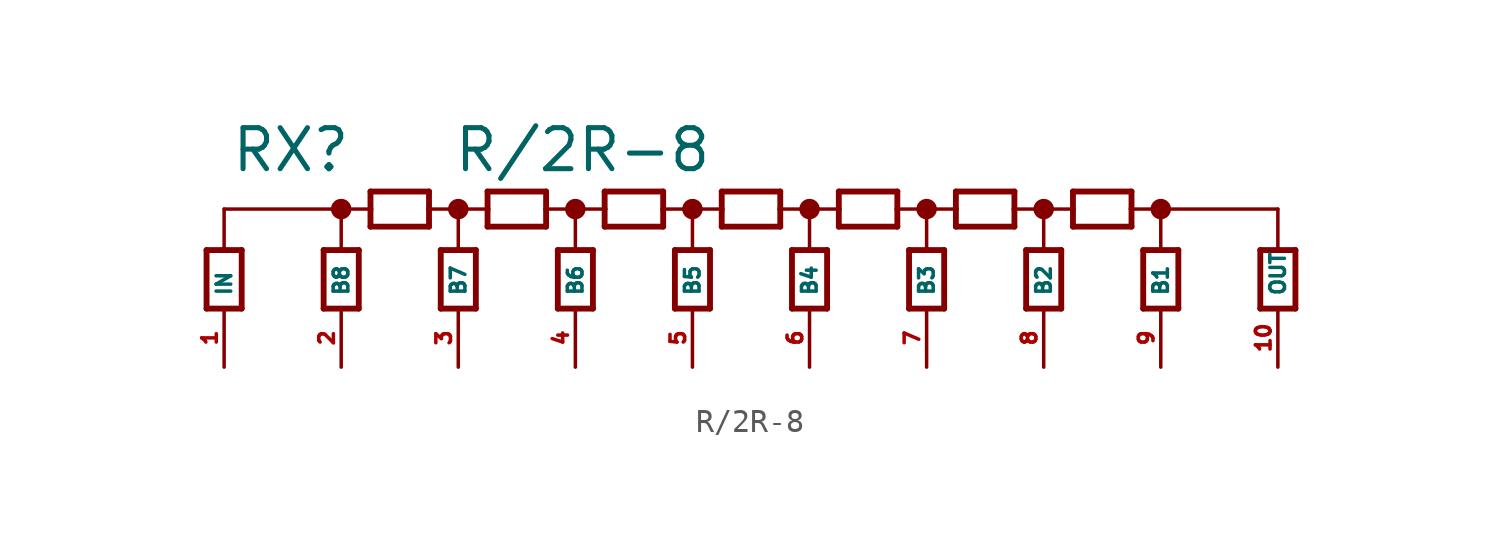
<source format=kicad_sym>
(kicad_symbol_lib
  (version 20220914)
  (generator Eagle2Kicad)
  (symbol "R/2R-8"
    (property "Reference" "RX"
      (at -22.606 3.302 0)
      (effects (font (size 1.778 1.778) (thickness 0.22)) (justify left bottom)))
    (property "Value" "R/2R-8"
      (at -12.954 3.302 0)
      (effects (font (size 1.778 1.778) (thickness 0.22)) (justify left bottom)))
    (polyline
      (pts (xy 17.018 -2.54) (xy 17.018 0))
      (stroke (width 0.254) (type default))
      (fill (type none)))
    (polyline
      (pts (xy 18.542 0) (xy 18.542 -2.54))
      (stroke (width 0.254) (type default))
      (fill (type none)))
    (polyline
      (pts (xy 17.018 0) (xy 17.78 0))
      (stroke (width 0.254) (type default))
      (fill (type none)))
    (polyline
      (pts (xy 17.78 0) (xy 18.542 0))
      (stroke (width 0.254) (type default))
      (fill (type none)))
    (polyline
      (pts (xy 18.542 -2.54) (xy 17.018 -2.54))
      (stroke (width 0.254) (type default))
      (fill (type none)))
    (polyline
      (pts (xy 13.97 2.54) (xy 16.51 2.54))
      (stroke (width 0.254) (type default))
      (fill (type none)))
    (polyline
      (pts (xy 16.51 1.016) (xy 13.97 1.016))
      (stroke (width 0.254) (type default))
      (fill (type none)))
    (polyline
      (pts (xy 16.51 2.54) (xy 16.51 1.778))
      (stroke (width 0.254) (type default))
      (fill (type none)))
    (polyline
      (pts (xy 16.51 1.778) (xy 16.51 1.016))
      (stroke (width 0.254) (type default))
      (fill (type none)))
    (polyline
      (pts (xy 13.97 1.016) (xy 13.97 1.778))
      (stroke (width 0.254) (type default))
      (fill (type none)))
    (polyline
      (pts (xy 13.97 1.778) (xy 13.97 2.54))
      (stroke (width 0.254) (type default))
      (fill (type none)))
    (polyline
      (pts (xy 16.51 1.778) (xy 17.78 1.778))
      (stroke (width 0.152) (type default))
      (fill (type none)))
    (polyline
      (pts (xy 17.78 1.778) (xy 22.86 1.778))
      (stroke (width 0.152) (type default))
      (fill (type none)))
    (polyline
      (pts (xy 22.098 -2.54) (xy 22.098 0))
      (stroke (width 0.254) (type default))
      (fill (type none)))
    (polyline
      (pts (xy 23.622 0) (xy 23.622 -2.54))
      (stroke (width 0.254) (type default))
      (fill (type none)))
    (polyline
      (pts (xy 22.098 0) (xy 22.86 0))
      (stroke (width 0.254) (type default))
      (fill (type none)))
    (polyline
      (pts (xy 22.86 0) (xy 23.622 0))
      (stroke (width 0.254) (type default))
      (fill (type none)))
    (polyline
      (pts (xy 23.622 -2.54) (xy 22.098 -2.54))
      (stroke (width 0.254) (type default))
      (fill (type none)))
    (polyline
      (pts (xy 22.86 0) (xy 22.86 1.778))
      (stroke (width 0.152) (type default))
      (fill (type none)))
    (polyline
      (pts (xy 17.78 0) (xy 17.78 1.778))
      (stroke (width 0.152) (type default))
      (fill (type none)))
    (polyline
      (pts (xy 12.7 1.778) (xy 13.97 1.778))
      (stroke (width 0.152) (type default))
      (fill (type none)))
    (polyline
      (pts (xy 11.938 -2.54) (xy 11.938 0))
      (stroke (width 0.254) (type default))
      (fill (type none)))
    (polyline
      (pts (xy 13.462 0) (xy 13.462 -2.54))
      (stroke (width 0.254) (type default))
      (fill (type none)))
    (polyline
      (pts (xy 11.938 0) (xy 12.7 0))
      (stroke (width 0.254) (type default))
      (fill (type none)))
    (polyline
      (pts (xy 12.7 0) (xy 13.462 0))
      (stroke (width 0.254) (type default))
      (fill (type none)))
    (polyline
      (pts (xy 13.462 -2.54) (xy 11.938 -2.54))
      (stroke (width 0.254) (type default))
      (fill (type none)))
    (polyline
      (pts (xy 8.89 2.54) (xy 11.43 2.54))
      (stroke (width 0.254) (type default))
      (fill (type none)))
    (polyline
      (pts (xy 11.43 1.016) (xy 8.89 1.016))
      (stroke (width 0.254) (type default))
      (fill (type none)))
    (polyline
      (pts (xy 11.43 2.54) (xy 11.43 1.778))
      (stroke (width 0.254) (type default))
      (fill (type none)))
    (polyline
      (pts (xy 11.43 1.778) (xy 11.43 1.016))
      (stroke (width 0.254) (type default))
      (fill (type none)))
    (polyline
      (pts (xy 8.89 1.016) (xy 8.89 1.778))
      (stroke (width 0.254) (type default))
      (fill (type none)))
    (polyline
      (pts (xy 8.89 1.778) (xy 8.89 2.54))
      (stroke (width 0.254) (type default))
      (fill (type none)))
    (polyline
      (pts (xy 11.43 1.778) (xy 12.7 1.778))
      (stroke (width 0.152) (type default))
      (fill (type none)))
    (polyline
      (pts (xy 12.7 0) (xy 12.7 1.778))
      (stroke (width 0.152) (type default))
      (fill (type none)))
    (polyline
      (pts (xy 7.62 1.778) (xy 8.89 1.778))
      (stroke (width 0.152) (type default))
      (fill (type none)))
    (polyline
      (pts (xy 6.858 -2.54) (xy 6.858 0))
      (stroke (width 0.254) (type default))
      (fill (type none)))
    (polyline
      (pts (xy 8.382 0) (xy 8.382 -2.54))
      (stroke (width 0.254) (type default))
      (fill (type none)))
    (polyline
      (pts (xy 6.858 0) (xy 7.62 0))
      (stroke (width 0.254) (type default))
      (fill (type none)))
    (polyline
      (pts (xy 7.62 0) (xy 8.382 0))
      (stroke (width 0.254) (type default))
      (fill (type none)))
    (polyline
      (pts (xy 8.382 -2.54) (xy 6.858 -2.54))
      (stroke (width 0.254) (type default))
      (fill (type none)))
    (polyline
      (pts (xy 3.81 2.54) (xy 6.35 2.54))
      (stroke (width 0.254) (type default))
      (fill (type none)))
    (polyline
      (pts (xy 6.35 1.016) (xy 3.81 1.016))
      (stroke (width 0.254) (type default))
      (fill (type none)))
    (polyline
      (pts (xy 6.35 2.54) (xy 6.35 1.778))
      (stroke (width 0.254) (type default))
      (fill (type none)))
    (polyline
      (pts (xy 6.35 1.778) (xy 6.35 1.016))
      (stroke (width 0.254) (type default))
      (fill (type none)))
    (polyline
      (pts (xy 3.81 1.016) (xy 3.81 1.778))
      (stroke (width 0.254) (type default))
      (fill (type none)))
    (polyline
      (pts (xy 3.81 1.778) (xy 3.81 2.54))
      (stroke (width 0.254) (type default))
      (fill (type none)))
    (polyline
      (pts (xy 6.35 1.778) (xy 7.62 1.778))
      (stroke (width 0.152) (type default))
      (fill (type none)))
    (polyline
      (pts (xy 7.62 0) (xy 7.62 1.778))
      (stroke (width 0.152) (type default))
      (fill (type none)))
    (polyline
      (pts (xy 2.54 1.778) (xy 3.81 1.778))
      (stroke (width 0.152) (type default))
      (fill (type none)))
    (polyline
      (pts (xy 1.778 -2.54) (xy 1.778 0))
      (stroke (width 0.254) (type default))
      (fill (type none)))
    (polyline
      (pts (xy 3.302 0) (xy 3.302 -2.54))
      (stroke (width 0.254) (type default))
      (fill (type none)))
    (polyline
      (pts (xy 1.778 0) (xy 2.54 0))
      (stroke (width 0.254) (type default))
      (fill (type none)))
    (polyline
      (pts (xy 2.54 0) (xy 3.302 0))
      (stroke (width 0.254) (type default))
      (fill (type none)))
    (polyline
      (pts (xy 3.302 -2.54) (xy 1.778 -2.54))
      (stroke (width 0.254) (type default))
      (fill (type none)))
    (polyline
      (pts (xy -1.27 2.54) (xy 1.27 2.54))
      (stroke (width 0.254) (type default))
      (fill (type none)))
    (polyline
      (pts (xy 1.27 1.016) (xy -1.27 1.016))
      (stroke (width 0.254) (type default))
      (fill (type none)))
    (polyline
      (pts (xy 1.27 2.54) (xy 1.27 1.778))
      (stroke (width 0.254) (type default))
      (fill (type none)))
    (polyline
      (pts (xy 1.27 1.778) (xy 1.27 1.016))
      (stroke (width 0.254) (type default))
      (fill (type none)))
    (polyline
      (pts (xy -1.27 1.016) (xy -1.27 1.778))
      (stroke (width 0.254) (type default))
      (fill (type none)))
    (polyline
      (pts (xy -1.27 1.778) (xy -1.27 2.54))
      (stroke (width 0.254) (type default))
      (fill (type none)))
    (polyline
      (pts (xy 1.27 1.778) (xy 2.54 1.778))
      (stroke (width 0.152) (type default))
      (fill (type none)))
    (polyline
      (pts (xy 2.54 0) (xy 2.54 1.778))
      (stroke (width 0.152) (type default))
      (fill (type none)))
    (polyline
      (pts (xy -2.54 1.778) (xy -1.27 1.778))
      (stroke (width 0.152) (type default))
      (fill (type none)))
    (polyline
      (pts (xy -3.302 -2.54) (xy -3.302 0))
      (stroke (width 0.254) (type default))
      (fill (type none)))
    (polyline
      (pts (xy -1.778 0) (xy -1.778 -2.54))
      (stroke (width 0.254) (type default))
      (fill (type none)))
    (polyline
      (pts (xy -3.302 0) (xy -2.54 0))
      (stroke (width 0.254) (type default))
      (fill (type none)))
    (polyline
      (pts (xy -2.54 0) (xy -1.778 0))
      (stroke (width 0.254) (type default))
      (fill (type none)))
    (polyline
      (pts (xy -1.778 -2.54) (xy -3.302 -2.54))
      (stroke (width 0.254) (type default))
      (fill (type none)))
    (polyline
      (pts (xy -6.35 2.54) (xy -3.81 2.54))
      (stroke (width 0.254) (type default))
      (fill (type none)))
    (polyline
      (pts (xy -3.81 1.016) (xy -6.35 1.016))
      (stroke (width 0.254) (type default))
      (fill (type none)))
    (polyline
      (pts (xy -3.81 2.54) (xy -3.81 1.778))
      (stroke (width 0.254) (type default))
      (fill (type none)))
    (polyline
      (pts (xy -3.81 1.778) (xy -3.81 1.016))
      (stroke (width 0.254) (type default))
      (fill (type none)))
    (polyline
      (pts (xy -6.35 1.016) (xy -6.35 1.778))
      (stroke (width 0.254) (type default))
      (fill (type none)))
    (polyline
      (pts (xy -6.35 1.778) (xy -6.35 2.54))
      (stroke (width 0.254) (type default))
      (fill (type none)))
    (polyline
      (pts (xy -3.81 1.778) (xy -2.54 1.778))
      (stroke (width 0.152) (type default))
      (fill (type none)))
    (polyline
      (pts (xy -2.54 0) (xy -2.54 1.778))
      (stroke (width 0.152) (type default))
      (fill (type none)))
    (polyline
      (pts (xy -7.62 1.778) (xy -6.35 1.778))
      (stroke (width 0.152) (type default))
      (fill (type none)))
    (polyline
      (pts (xy -8.382 -2.54) (xy -8.382 0))
      (stroke (width 0.254) (type default))
      (fill (type none)))
    (polyline
      (pts (xy -6.858 0) (xy -6.858 -2.54))
      (stroke (width 0.254) (type default))
      (fill (type none)))
    (polyline
      (pts (xy -8.382 0) (xy -7.62 0))
      (stroke (width 0.254) (type default))
      (fill (type none)))
    (polyline
      (pts (xy -7.62 0) (xy -6.858 0))
      (stroke (width 0.254) (type default))
      (fill (type none)))
    (polyline
      (pts (xy -6.858 -2.54) (xy -8.382 -2.54))
      (stroke (width 0.254) (type default))
      (fill (type none)))
    (polyline
      (pts (xy -11.43 2.54) (xy -8.89 2.54))
      (stroke (width 0.254) (type default))
      (fill (type none)))
    (polyline
      (pts (xy -8.89 1.016) (xy -11.43 1.016))
      (stroke (width 0.254) (type default))
      (fill (type none)))
    (polyline
      (pts (xy -8.89 2.54) (xy -8.89 1.778))
      (stroke (width 0.254) (type default))
      (fill (type none)))
    (polyline
      (pts (xy -8.89 1.778) (xy -8.89 1.016))
      (stroke (width 0.254) (type default))
      (fill (type none)))
    (polyline
      (pts (xy -11.43 1.016) (xy -11.43 1.778))
      (stroke (width 0.254) (type default))
      (fill (type none)))
    (polyline
      (pts (xy -11.43 1.778) (xy -11.43 2.54))
      (stroke (width 0.254) (type default))
      (fill (type none)))
    (polyline
      (pts (xy -8.89 1.778) (xy -7.62 1.778))
      (stroke (width 0.152) (type default))
      (fill (type none)))
    (polyline
      (pts (xy -7.62 0) (xy -7.62 1.778))
      (stroke (width 0.152) (type default))
      (fill (type none)))
    (polyline
      (pts (xy -12.7 1.778) (xy -11.43 1.778))
      (stroke (width 0.152) (type default))
      (fill (type none)))
    (polyline
      (pts (xy -13.462 -2.54) (xy -13.462 0))
      (stroke (width 0.254) (type default))
      (fill (type none)))
    (polyline
      (pts (xy -11.938 0) (xy -11.938 -2.54))
      (stroke (width 0.254) (type default))
      (fill (type none)))
    (polyline
      (pts (xy -13.462 0) (xy -12.7 0))
      (stroke (width 0.254) (type default))
      (fill (type none)))
    (polyline
      (pts (xy -12.7 0) (xy -11.938 0))
      (stroke (width 0.254) (type default))
      (fill (type none)))
    (polyline
      (pts (xy -11.938 -2.54) (xy -13.462 -2.54))
      (stroke (width 0.254) (type default))
      (fill (type none)))
    (polyline
      (pts (xy -16.51 2.54) (xy -13.97 2.54))
      (stroke (width 0.254) (type default))
      (fill (type none)))
    (polyline
      (pts (xy -13.97 1.016) (xy -16.51 1.016))
      (stroke (width 0.254) (type default))
      (fill (type none)))
    (polyline
      (pts (xy -13.97 2.54) (xy -13.97 1.778))
      (stroke (width 0.254) (type default))
      (fill (type none)))
    (polyline
      (pts (xy -13.97 1.778) (xy -13.97 1.016))
      (stroke (width 0.254) (type default))
      (fill (type none)))
    (polyline
      (pts (xy -16.51 1.016) (xy -16.51 1.778))
      (stroke (width 0.254) (type default))
      (fill (type none)))
    (polyline
      (pts (xy -16.51 1.778) (xy -16.51 2.54))
      (stroke (width 0.254) (type default))
      (fill (type none)))
    (polyline
      (pts (xy -13.97 1.778) (xy -12.7 1.778))
      (stroke (width 0.152) (type default))
      (fill (type none)))
    (polyline
      (pts (xy -12.7 0) (xy -12.7 1.778))
      (stroke (width 0.152) (type default))
      (fill (type none)))
    (polyline
      (pts (xy -17.78 1.778) (xy -16.51 1.778))
      (stroke (width 0.152) (type default))
      (fill (type none)))
    (polyline
      (pts (xy -18.542 -2.54) (xy -18.542 0))
      (stroke (width 0.254) (type default))
      (fill (type none)))
    (polyline
      (pts (xy -17.018 0) (xy -17.018 -2.54))
      (stroke (width 0.254) (type default))
      (fill (type none)))
    (polyline
      (pts (xy -18.542 0) (xy -17.78 0))
      (stroke (width 0.254) (type default))
      (fill (type none)))
    (polyline
      (pts (xy -17.78 0) (xy -17.018 0))
      (stroke (width 0.254) (type default))
      (fill (type none)))
    (polyline
      (pts (xy -17.018 -2.54) (xy -18.542 -2.54))
      (stroke (width 0.254) (type default))
      (fill (type none)))
    (polyline
      (pts (xy -17.78 0) (xy -17.78 1.778))
      (stroke (width 0.152) (type default))
      (fill (type none)))
    (polyline
      (pts (xy -17.78 1.778) (xy -22.86 1.778))
      (stroke (width 0.152) (type default))
      (fill (type none)))
    (polyline
      (pts (xy -22.098 -2.54) (xy -22.098 0))
      (stroke (width 0.254) (type default))
      (fill (type none)))
    (polyline
      (pts (xy -23.622 0) (xy -23.622 -2.54))
      (stroke (width 0.254) (type default))
      (fill (type none)))
    (polyline
      (pts (xy -22.098 0) (xy -22.86 0))
      (stroke (width 0.254) (type default))
      (fill (type none)))
    (polyline
      (pts (xy -22.86 0) (xy -23.622 0))
      (stroke (width 0.254) (type default))
      (fill (type none)))
    (polyline
      (pts (xy -23.622 -2.54) (xy -22.098 -2.54))
      (stroke (width 0.254) (type default))
      (fill (type none)))
    (polyline
      (pts (xy -22.86 0) (xy -22.86 1.778))
      (stroke (width 0.152) (type default))
      (fill (type none)))
    (circle
      (center 17.78 1.778)
      (radius 0.254)
      (stroke (width 0.381) (type default))
      (fill (type none)))
    (circle
      (center 12.7 1.778)
      (radius 0.254)
      (stroke (width 0.381) (type default))
      (fill (type none)))
    (circle
      (center 7.62 1.778)
      (radius 0.254)
      (stroke (width 0.381) (type default))
      (fill (type none)))
    (circle
      (center 2.54 1.778)
      (radius 0.254)
      (stroke (width 0.381) (type default))
      (fill (type none)))
    (circle
      (center -2.54 1.778)
      (radius 0.254)
      (stroke (width 0.381) (type default))
      (fill (type none)))
    (circle
      (center -7.62 1.778)
      (radius 0.254)
      (stroke (width 0.381) (type default))
      (fill (type none)))
    (circle
      (center -12.7 1.778)
      (radius 0.254)
      (stroke (width 0.381) (type default))
      (fill (type none)))
    (circle
      (center -17.78 1.778)
      (radius 0.254)
      (stroke (width 0.381) (type default))
      (fill (type none)))
    (pin passive line
      (at 22.86 -5.08 90)
      (length 2.54)
      (name "OUT" (effects (font (size 0.635 0.635) (thickness 0.08)) (justify left bottom)))
      (number "10" (effects (font (size 0.635 0.635) (thickness 0.08)) (justify left bottom))))
    (pin passive line
      (at 17.78 -5.08 90)
      (length 2.54)
      (name "B1" (effects (font (size 0.635 0.635) (thickness 0.08)) (justify left bottom)))
      (number "9" (effects (font (size 0.635 0.635) (thickness 0.08)) (justify left bottom))))
    (pin passive line
      (at 12.7 -5.08 90)
      (length 2.54)
      (name "B2" (effects (font (size 0.635 0.635) (thickness 0.08)) (justify left bottom)))
      (number "8" (effects (font (size 0.635 0.635) (thickness 0.08)) (justify left bottom))))
    (pin passive line
      (at 7.62 -5.08 90)
      (length 2.54)
      (name "B3" (effects (font (size 0.635 0.635) (thickness 0.08)) (justify left bottom)))
      (number "7" (effects (font (size 0.635 0.635) (thickness 0.08)) (justify left bottom))))
    (pin passive line
      (at 2.54 -5.08 90)
      (length 2.54)
      (name "B4" (effects (font (size 0.635 0.635) (thickness 0.08)) (justify left bottom)))
      (number "6" (effects (font (size 0.635 0.635) (thickness 0.08)) (justify left bottom))))
    (pin passive line
      (at -2.54 -5.08 90)
      (length 2.54)
      (name "B5" (effects (font (size 0.635 0.635) (thickness 0.08)) (justify left bottom)))
      (number "5" (effects (font (size 0.635 0.635) (thickness 0.08)) (justify left bottom))))
    (pin passive line
      (at -7.62 -5.08 90)
      (length 2.54)
      (name "B6" (effects (font (size 0.635 0.635) (thickness 0.08)) (justify left bottom)))
      (number "4" (effects (font (size 0.635 0.635) (thickness 0.08)) (justify left bottom))))
    (pin passive line
      (at -12.7 -5.08 90)
      (length 2.54)
      (name "B7" (effects (font (size 0.635 0.635) (thickness 0.08)) (justify left bottom)))
      (number "3" (effects (font (size 0.635 0.635) (thickness 0.08)) (justify left bottom))))
    (pin passive line
      (at -17.78 -5.08 90)
      (length 2.54)
      (name "B8" (effects (font (size 0.635 0.635) (thickness 0.08)) (justify left bottom)))
      (number "2" (effects (font (size 0.635 0.635) (thickness 0.08)) (justify left bottom))))
    (pin passive line
      (at -22.86 -5.08 90)
      (length 2.54)
      (name "IN" (effects (font (size 0.635 0.635) (thickness 0.08)) (justify left bottom)))
      (number "1" (effects (font (size 0.635 0.635) (thickness 0.08)) (justify left bottom))))))
</source>
